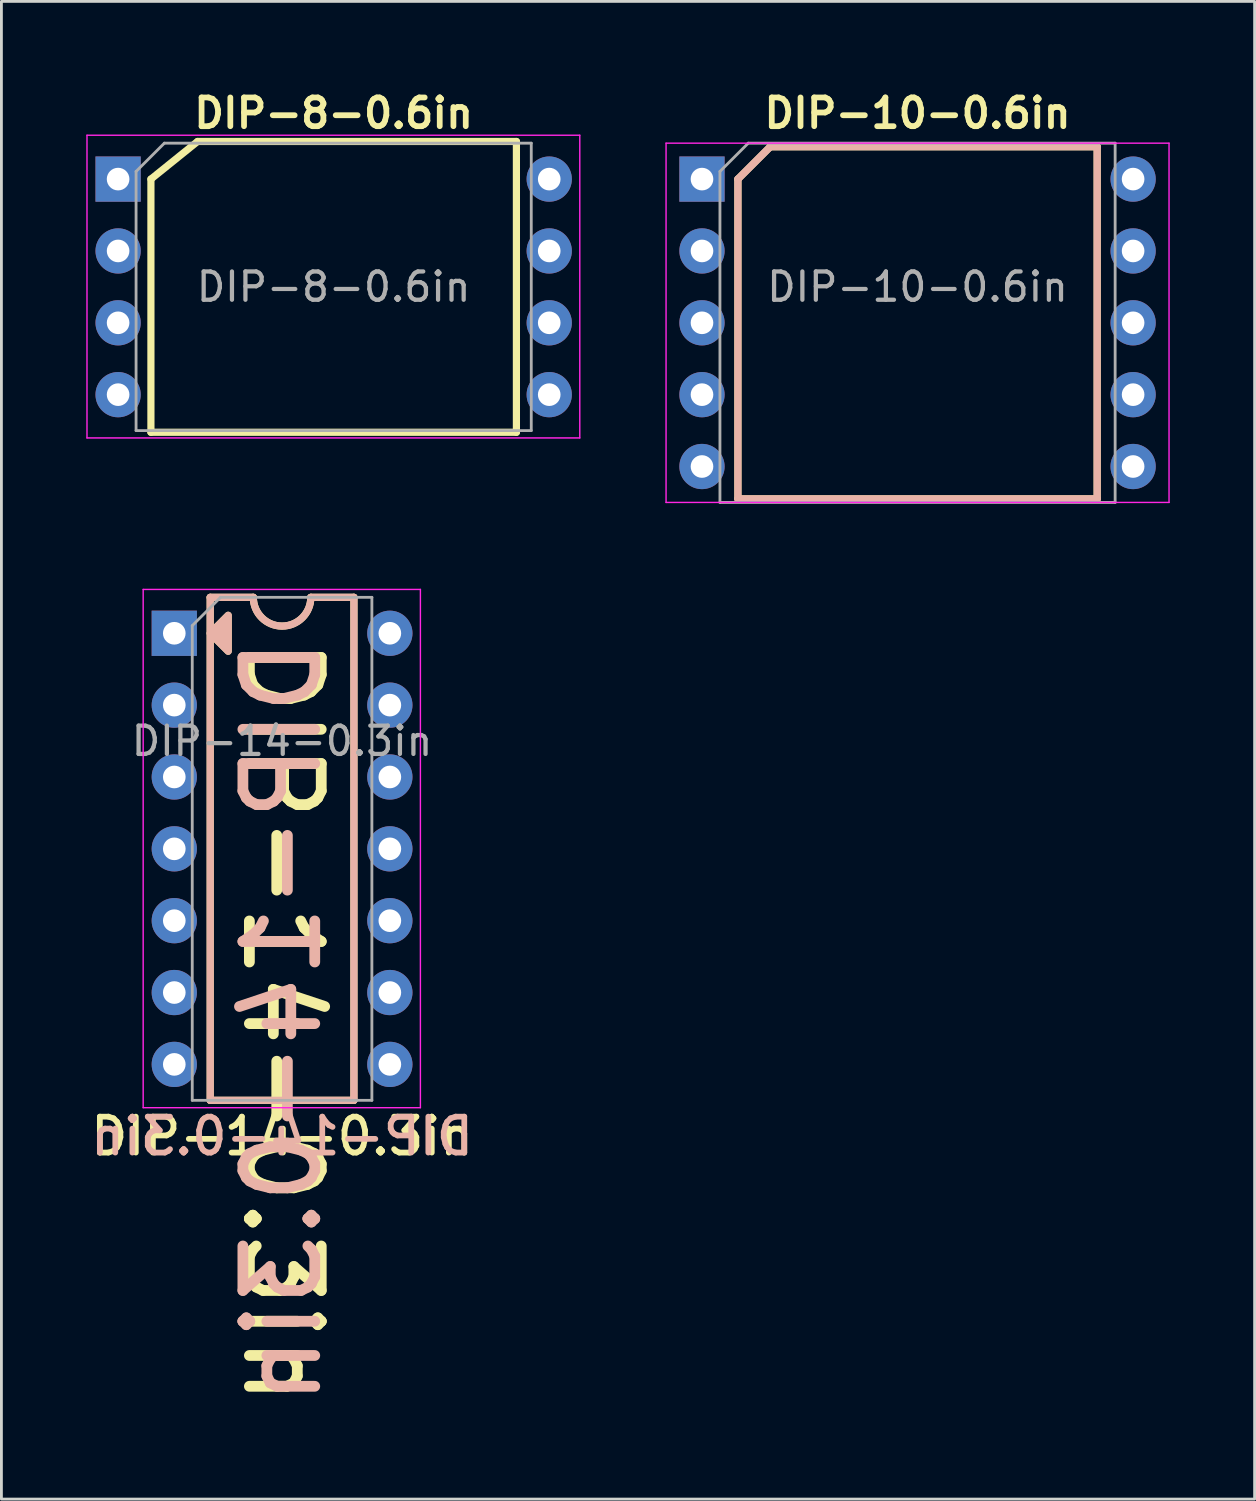
<source format=kicad_pcb>
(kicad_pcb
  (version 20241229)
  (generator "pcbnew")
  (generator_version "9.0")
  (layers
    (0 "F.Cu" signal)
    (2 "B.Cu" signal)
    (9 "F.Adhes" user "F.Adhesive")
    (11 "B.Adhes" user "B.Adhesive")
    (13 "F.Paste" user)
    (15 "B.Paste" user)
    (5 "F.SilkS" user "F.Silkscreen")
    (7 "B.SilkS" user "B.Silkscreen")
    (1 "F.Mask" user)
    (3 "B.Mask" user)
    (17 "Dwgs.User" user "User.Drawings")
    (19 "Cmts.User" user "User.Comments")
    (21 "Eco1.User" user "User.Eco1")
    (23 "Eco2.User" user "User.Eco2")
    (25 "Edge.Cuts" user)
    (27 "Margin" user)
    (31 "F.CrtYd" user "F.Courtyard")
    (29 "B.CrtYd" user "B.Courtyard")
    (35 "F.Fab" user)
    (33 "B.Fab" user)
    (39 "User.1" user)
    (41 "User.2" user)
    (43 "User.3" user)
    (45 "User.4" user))
  (footprint "DIP-8-0.6in"
    (layer "F.Cu")
    (at 1.125 3.281)
    (property "Reference" "DIP-8-0.6in" (at 7.62 -2.33 0) (layer "F.SilkS") (effects (font (size 1.016 1.016) (thickness 0.203) (bold yes))))
    (attr through_hole)
    (fp_line (start 1.16 0) (end 1.16 8.95) (stroke (width 0.254) (type solid)) (layer "F.SilkS"))
    (fp_line (start 1.16 8.95) (end 14.08 8.95) (stroke (width 0.254) (type solid)) (layer "F.SilkS"))
    (fp_line (start 2.81 -1.33) (end 1.16 0) (stroke (width 0.254) (type solid)) (layer "F.SilkS"))
    (fp_line (start 14.08 -1.33) (end 2.81 -1.33) (stroke (width 0.254) (type solid)) (layer "F.SilkS"))
    (fp_line (start 14.08 8.95) (end 14.08 -1.33) (stroke (width 0.254) (type solid)) (layer "F.SilkS"))
    (fp_line (start -1.1 -1.55) (end -1.1 9.15) (stroke (width 0.05) (type solid)) (layer "F.CrtYd"))
    (fp_line (start -1.1 9.15) (end 16.32 9.15) (stroke (width 0.05) (type solid)) (layer "F.CrtYd"))
    (fp_line (start 16.32 -1.55) (end -1.1 -1.55) (stroke (width 0.05) (type solid)) (layer "F.CrtYd"))
    (fp_line (start 16.32 9.15) (end 16.32 -1.55) (stroke (width 0.05) (type solid)) (layer "F.CrtYd"))
    (fp_line (start 0.635 -0.27) (end 1.635 -1.27) (stroke (width 0.1) (type solid)) (layer "F.Fab"))
    (fp_line (start 0.635 8.89) (end 0.635 -0.27) (stroke (width 0.1) (type solid)) (layer "F.Fab"))
    (fp_line (start 1.635 -1.27) (end 14.605 -1.27) (stroke (width 0.1) (type solid)) (layer "F.Fab"))
    (fp_line (start 14.605 -1.27) (end 14.605 8.89) (stroke (width 0.1) (type solid)) (layer "F.Fab"))
    (fp_line (start 14.605 8.89) (end 0.635 8.89) (stroke (width 0.1) (type solid)) (layer "F.Fab"))
    (fp_text user "${REFERENCE}" (at 7.62 3.81 0) (layer "F.Fab") (effects (font (size 1 1) (thickness 0.15))))
    (pad "1" thru_hole rect (at 0 0) (size 1.6 1.6) (drill 0.8) (layers "*.Cu" "*.Mask"))
    (pad "2" thru_hole oval (at 0 2.54) (size 1.6 1.6) (drill 0.8) (layers "*.Cu" "*.Mask"))
    (pad "3" thru_hole oval (at 0 5.08) (size 1.6 1.6) (drill 0.8) (layers "*.Cu" "*.Mask"))
    (pad "4" thru_hole oval (at 0 7.62) (size 1.6 1.6) (drill 0.8) (layers "*.Cu" "*.Mask"))
    (pad "5" thru_hole oval (at 15.24 7.62) (size 1.6 1.6) (drill 0.8) (layers "*.Cu" "*.Mask"))
    (pad "6" thru_hole oval (at 15.24 5.08) (size 1.6 1.6) (drill 0.8) (layers "*.Cu" "*.Mask"))
    (pad "7" thru_hole oval (at 15.24 2.54) (size 1.6 1.6) (drill 0.8) (layers "*.Cu" "*.Mask"))
    (pad "8" thru_hole oval (at 15.24 0) (size 1.6 1.6) (drill 0.8) (layers "*.Cu" "*.Mask")))
  (footprint "DIP-14-0.3in"
    (layer "F.Cu")
    (at 3.111 19.336)
    (property "Reference" "DIP-14-0.3in" (at 3.81 17.78 0) (layer "F.SilkS") (effects (font (size 1.27 1.27) (thickness 0.203))))
    (property "Value" "DIP-14-0.3in" (at 3.81 9.95 0) (layer "F.Fab") (hide yes) (effects (font (size 1 1) (thickness 0.15))))
    (attr through_hole)
    (fp_line (start 1.27 -1.27) (end 1.27 16.51) (stroke (width 0.254) (type solid)) (layer "F.SilkS"))
    (fp_line (start 1.27 16.51) (end 6.35 16.51) (stroke (width 0.254) (type solid)) (layer "F.SilkS"))
    (fp_line (start 2.794 -1.27) (end 1.27 -1.27) (stroke (width 0.254) (type solid)) (layer "F.SilkS"))
    (fp_line (start 6.35 -1.27) (end 4.826 -1.27) (stroke (width 0.254) (type solid)) (layer "F.SilkS"))
    (fp_line (start 6.35 16.51) (end 6.35 -1.27) (stroke (width 0.254) (type solid)) (layer "F.SilkS"))
    (fp_arc (start 4.826 -1.27) (mid 3.81 -0.254) (end 2.794 -1.27) (stroke (width 0.254) (type solid)) (layer "F.SilkS"))
    (fp_poly (pts (xy 1.905 -0.635) (xy 1.905 0.635) (xy 1.27 0)) (stroke (width 0.254) (type solid)) (fill yes) (layer "F.SilkS"))
    (fp_line (start 1.27 -1.27) (end 1.27 16.51) (stroke (width 0.254) (type solid)) (layer "B.SilkS"))
    (fp_line (start 1.27 16.51) (end 6.35 16.51) (stroke (width 0.254) (type solid)) (layer "B.SilkS"))
    (fp_line (start 2.794 -1.27) (end 1.27 -1.27) (stroke (width 0.254) (type solid)) (layer "B.SilkS"))
    (fp_line (start 6.35 -1.27) (end 4.826 -1.27) (stroke (width 0.254) (type solid)) (layer "B.SilkS"))
    (fp_line (start 6.35 16.51) (end 6.35 -1.27) (stroke (width 0.254) (type solid)) (layer "B.SilkS"))
    (fp_arc (start 4.826 -1.27) (mid 3.81 -0.254) (end 2.794 -1.27) (stroke (width 0.254) (type solid)) (layer "B.SilkS"))
    (fp_poly (pts (xy 1.905 -0.635) (xy 1.905 0.635) (xy 1.27 0)) (stroke (width 0.254) (type solid)) (fill yes) (layer "B.SilkS"))
    (fp_line (start -1.1 -1.55) (end -1.1 16.77) (stroke (width 0.05) (type solid)) (layer "F.CrtYd"))
    (fp_line (start -1.1 16.77) (end 8.7 16.77) (stroke (width 0.05) (type solid)) (layer "F.CrtYd"))
    (fp_line (start 8.7 -1.55) (end -1.1 -1.55) (stroke (width 0.05) (type solid)) (layer "F.CrtYd"))
    (fp_line (start 8.7 16.77) (end 8.7 -1.55) (stroke (width 0.05) (type solid)) (layer "F.CrtYd"))
    (fp_line (start 0.635 -0.27) (end 1.635 -1.27) (stroke (width 0.1) (type solid)) (layer "F.Fab"))
    (fp_line (start 0.635 16.51) (end 0.635 -0.27) (stroke (width 0.1) (type solid)) (layer "F.Fab"))
    (fp_line (start 1.635 -1.27) (end 6.985 -1.27) (stroke (width 0.1) (type solid)) (layer "F.Fab"))
    (fp_line (start 6.985 -1.27) (end 6.985 16.51) (stroke (width 0.1) (type solid)) (layer "F.Fab"))
    (fp_line (start 6.985 16.51) (end 0.635 16.51) (stroke (width 0.1) (type solid)) (layer "F.Fab"))
    (fp_text user "${Value}" (at 3.81 0 270) (unlocked yes) (layer "F.SilkS") (effects (font (size 2.54 2.54) (thickness 0.381)) (justify left)))
    (fp_text user "${Value}" (at 3.81 0 90) (unlocked yes) (layer "B.SilkS") (effects (font (size 2.54 2.54) (thickness 0.381)) (justify left mirror)))
    (fp_text user "${REFERENCE}" (at 3.81 17.78 0) (unlocked yes) (layer "B.SilkS") (effects (font (size 1.27 1.27) (thickness 0.203)) (justify mirror)))
    (fp_text user "${REFERENCE}" (at 3.81 3.81 0) (layer "F.Fab") (effects (font (size 1 1) (thickness 0.15))))
    (pad "1" thru_hole rect (at 0 0) (size 1.6 1.6) (drill 0.8) (layers "*.Cu" "*.Mask"))
    (pad "2" thru_hole oval (at 0 2.54) (size 1.6 1.6) (drill 0.8) (layers "*.Cu" "*.Mask"))
    (pad "3" thru_hole oval (at 0 5.08) (size 1.6 1.6) (drill 0.8) (layers "*.Cu" "*.Mask"))
    (pad "4" thru_hole oval (at 0 7.62) (size 1.6 1.6) (drill 0.8) (layers "*.Cu" "*.Mask"))
    (pad "5" thru_hole oval (at 0 10.16) (size 1.6 1.6) (drill 0.8) (layers "*.Cu" "*.Mask"))
    (pad "6" thru_hole oval (at 0 12.7) (size 1.6 1.6) (drill 0.8) (layers "*.Cu" "*.Mask"))
    (pad "7" thru_hole oval (at 0 15.24) (size 1.6 1.6) (drill 0.8) (layers "*.Cu" "*.Mask"))
    (pad "8" thru_hole oval (at 7.62 15.24) (size 1.6 1.6) (drill 0.8) (layers "*.Cu" "*.Mask"))
    (pad "9" thru_hole oval (at 7.62 12.7) (size 1.6 1.6) (drill 0.8) (layers "*.Cu" "*.Mask"))
    (pad "10" thru_hole oval (at 7.62 10.16) (size 1.6 1.6) (drill 0.8) (layers "*.Cu" "*.Mask"))
    (pad "11" thru_hole oval (at 7.62 7.62) (size 1.6 1.6) (drill 0.8) (layers "*.Cu" "*.Mask"))
    (pad "12" thru_hole oval (at 7.62 5.08) (size 1.6 1.6) (drill 0.8) (layers "*.Cu" "*.Mask"))
    (pad "13" thru_hole oval (at 7.62 2.54) (size 1.6 1.6) (drill 0.8) (layers "*.Cu" "*.Mask"))
    (pad "14" thru_hole oval (at 7.62 0) (size 1.6 1.6) (drill 0.8) (layers "*.Cu" "*.Mask")))
  (footprint "DIP-10-0.6in"
    (layer "F.Cu")
    (at 21.765 3.281)
    (property "Reference" "DIP-10-0.6in" (at 7.62 -2.33 0) (layer "F.SilkS") (effects (font (size 1.016 1.016) (thickness 0.203) (bold yes))))
    (attr through_hole)
    (fp_line (start 1.27 0) (end 1.27 11.303) (stroke (width 0.254) (type solid)) (layer "F.SilkS"))
    (fp_line (start 1.27 11.303) (end 13.97 11.303) (stroke (width 0.254) (type solid)) (layer "F.SilkS"))
    (fp_line (start 2.413 -1.143) (end 1.27 0) (stroke (width 0.254) (type solid)) (layer "F.SilkS"))
    (fp_line (start 13.97 -1.143) (end 2.413 -1.143) (stroke (width 0.254) (type solid)) (layer "F.SilkS"))
    (fp_line (start 13.97 11.303) (end 13.97 -1.143) (stroke (width 0.254) (type solid)) (layer "F.SilkS"))
    (fp_line (start 1.27 0) (end 1.27 11.303) (stroke (width 0.254) (type solid)) (layer "B.SilkS"))
    (fp_line (start 1.27 11.303) (end 13.97 11.303) (stroke (width 0.254) (type solid)) (layer "B.SilkS"))
    (fp_line (start 2.413 -1.143) (end 1.27 0) (stroke (width 0.254) (type solid)) (layer "B.SilkS"))
    (fp_line (start 13.97 -1.143) (end 2.413 -1.143) (stroke (width 0.254) (type solid)) (layer "B.SilkS"))
    (fp_line (start 13.97 11.303) (end 13.97 -1.143) (stroke (width 0.254) (type solid)) (layer "B.SilkS"))
    (fp_line (start -1.27 -1.27) (end -1.27 11.43) (stroke (width 0.05) (type solid)) (layer "F.CrtYd"))
    (fp_line (start -1.27 11.43) (end 16.51 11.43) (stroke (width 0.05) (type solid)) (layer "F.CrtYd"))
    (fp_line (start 16.51 -1.27) (end -1.27 -1.27) (stroke (width 0.05) (type solid)) (layer "F.CrtYd"))
    (fp_line (start 16.51 11.43) (end 16.51 -1.27) (stroke (width 0.05) (type solid)) (layer "F.CrtYd"))
    (fp_line (start 0.635 -0.27) (end 1.635 -1.27) (stroke (width 0.1) (type solid)) (layer "F.Fab"))
    (fp_line (start 0.635 11.43) (end 0.635 -0.27) (stroke (width 0.1) (type solid)) (layer "F.Fab"))
    (fp_line (start 1.635 -1.27) (end 14.605 -1.27) (stroke (width 0.1) (type solid)) (layer "F.Fab"))
    (fp_line (start 14.605 -1.27) (end 14.605 11.43) (stroke (width 0.1) (type solid)) (layer "F.Fab"))
    (fp_line (start 14.605 11.43) (end 0.635 11.43) (stroke (width 0.1) (type solid)) (layer "F.Fab"))
    (fp_text user "${REFERENCE}" (at 7.62 3.81 0) (layer "F.Fab") (effects (font (size 1 1) (thickness 0.15))))
    (pad "1" thru_hole rect (at 0 0) (size 1.6 1.6) (drill 0.8) (layers "*.Cu" "*.Mask"))
    (pad "2" thru_hole oval (at 0 2.54) (size 1.6 1.6) (drill 0.8) (layers "*.Cu" "*.Mask"))
    (pad "3" thru_hole oval (at 0 5.08) (size 1.6 1.6) (drill 0.8) (layers "*.Cu" "*.Mask"))
    (pad "4" thru_hole oval (at 0 7.62) (size 1.6 1.6) (drill 0.8) (layers "*.Cu" "*.Mask"))
    (pad "5" thru_hole oval (at 0 10.16) (size 1.6 1.6) (drill 0.8) (layers "*.Cu" "*.Mask"))
    (pad "6" thru_hole oval (at 15.24 10.16) (size 1.6 1.6) (drill 0.8) (layers "*.Cu" "*.Mask"))
    (pad "7" thru_hole oval (at 15.24 7.62) (size 1.6 1.6) (drill 0.8) (layers "*.Cu" "*.Mask"))
    (pad "8" thru_hole oval (at 15.24 5.08) (size 1.6 1.6) (drill 0.8) (layers "*.Cu" "*.Mask"))
    (pad "9" thru_hole oval (at 15.24 2.54) (size 1.6 1.6) (drill 0.8) (layers "*.Cu" "*.Mask"))
    (pad "10" thru_hole oval (at 15.24 0) (size 1.6 1.6) (drill 0.8) (layers "*.Cu" "*.Mask")))
  (gr_rect
    (start -3 -3)
    (end 41.3 49.943)
    (stroke (width 0.1) (type default))
    (fill no)
    (layer "Edge.Cuts")))
</source>
